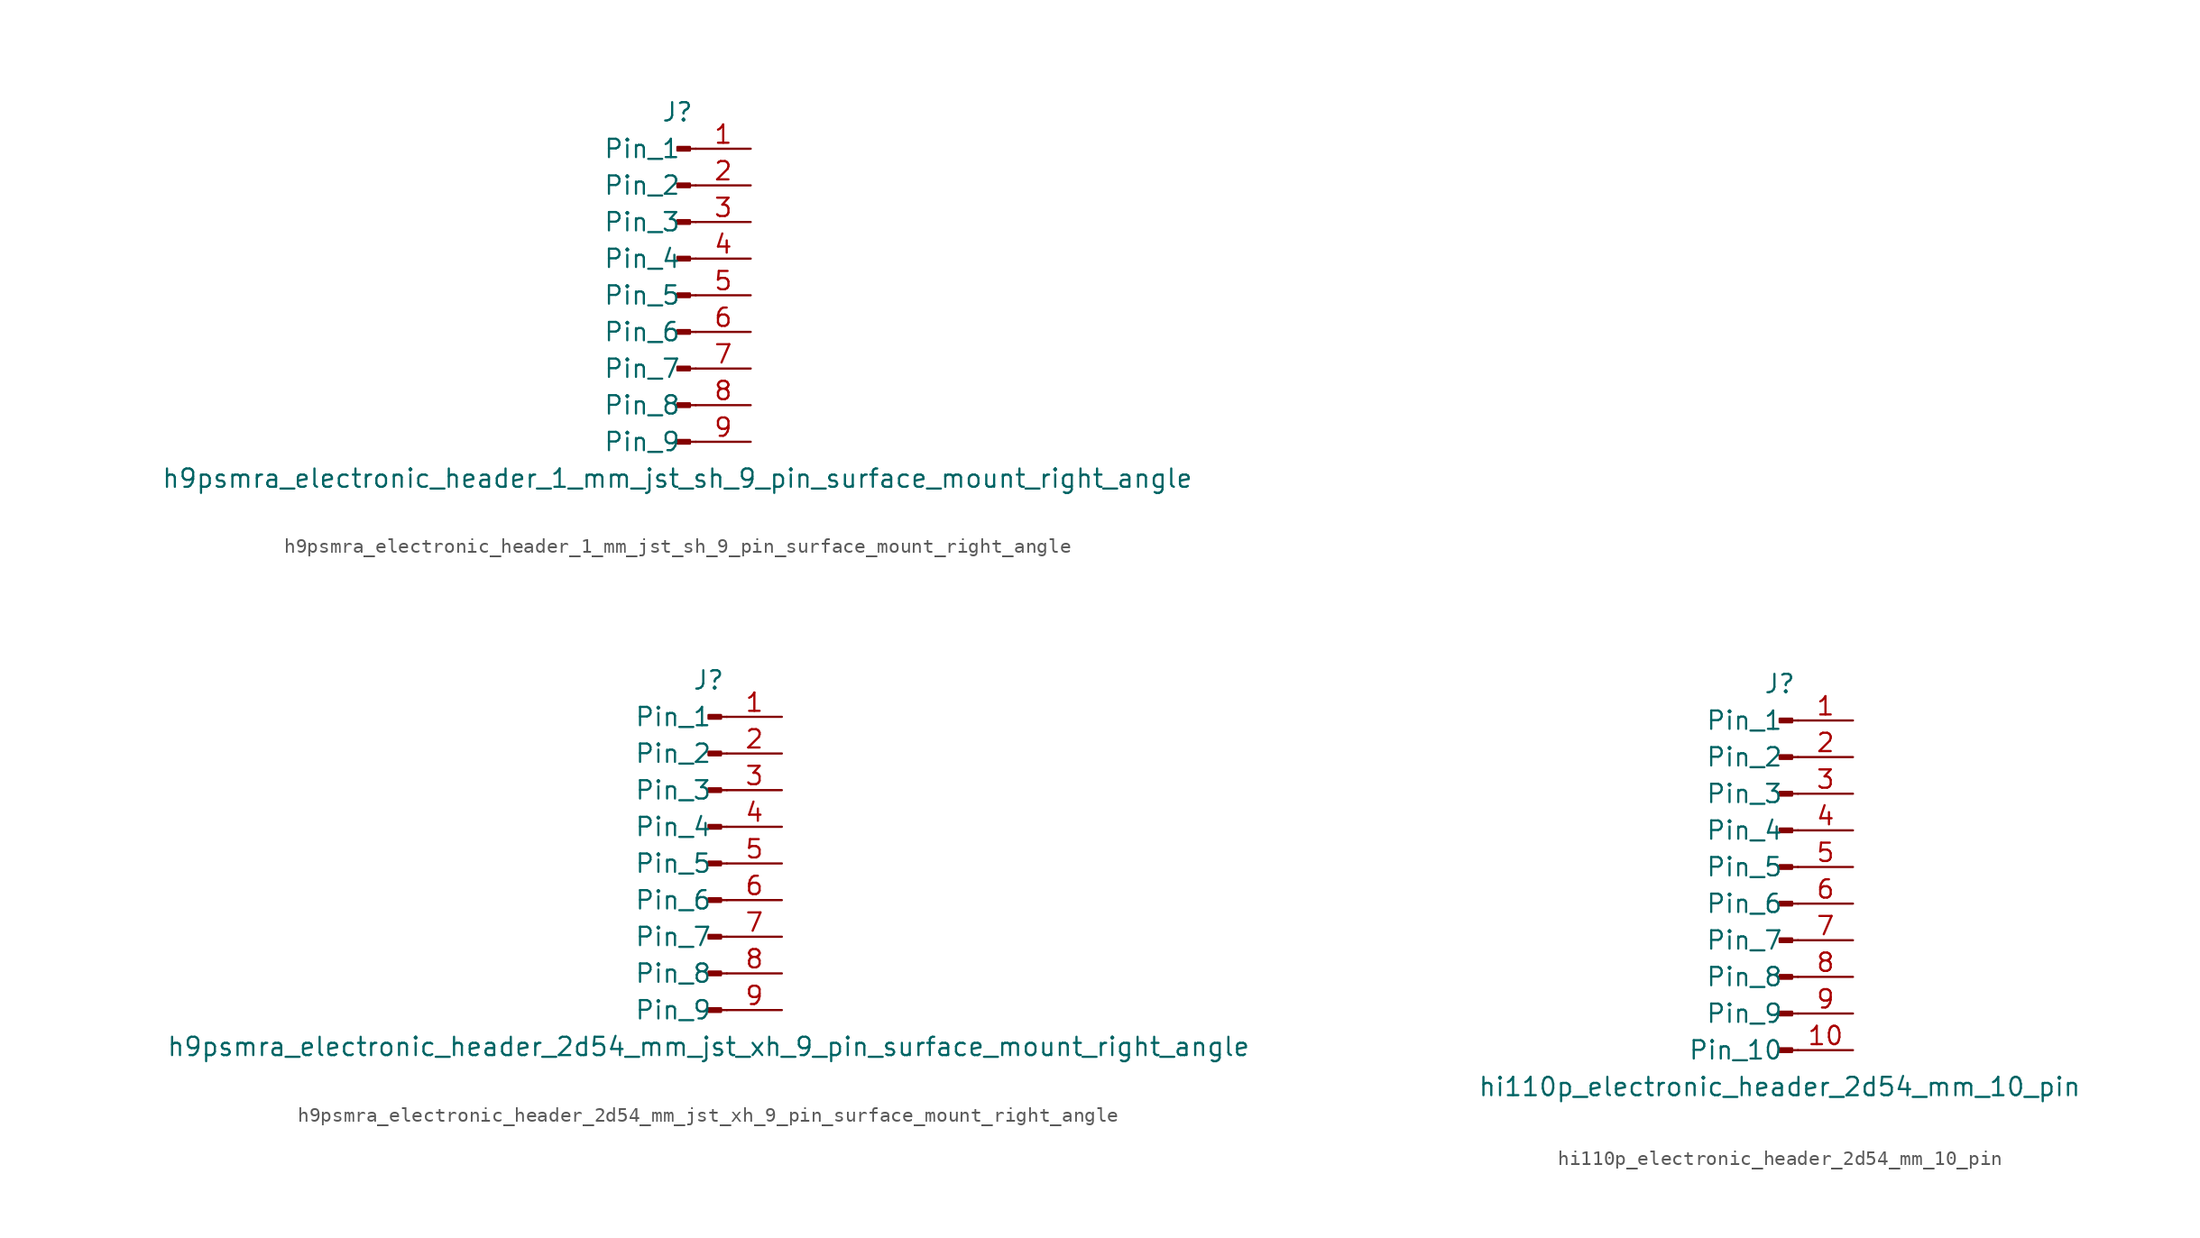
<source format=kicad_sym>
(kicad_symbol_lib
  (version 20220914)
  (generator kicad_symbol_editor)
  (symbol "h9psmra_electronic_header_1_mm_jst_sh_9_pin_surface_mount_right_angle"
    (pin_names
      (offset 1.016))
    (property "Reference" "J"
      (at 0 12.7 0)
      (effects (font (size 1.27 1.27))))
    (property "Value" "h9psmra_electronic_header_1_mm_jst_sh_9_pin_surface_mount_right_angle"
      (at 0 -12.7 0)
      (effects (font (size 1.27 1.27))))
    (property "ki_locked" ""
      (at 0 0 0)
      (effects (font (size 1.27 1.27))))
    (symbol "h9psmra_electronic_header_1_mm_jst_sh_9_pin_surface_mount_right_angle_1_1"
      (polyline (pts (xy 1.27 -10.16) (xy 0.864 -10.16)) (stroke (width 0.152) (type default)) (fill (type none)))
      (polyline (pts (xy 1.27 -7.62) (xy 0.864 -7.62)) (stroke (width 0.152) (type default)) (fill (type none)))
      (polyline (pts (xy 1.27 -5.08) (xy 0.864 -5.08)) (stroke (width 0.152) (type default)) (fill (type none)))
      (polyline (pts (xy 1.27 -2.54) (xy 0.864 -2.54)) (stroke (width 0.152) (type default)) (fill (type none)))
      (polyline (pts (xy 1.27 0) (xy 0.864 0)) (stroke (width 0.152) (type default)) (fill (type none)))
      (polyline (pts (xy 1.27 2.54) (xy 0.864 2.54)) (stroke (width 0.152) (type default)) (fill (type none)))
      (polyline (pts (xy 1.27 5.08) (xy 0.864 5.08)) (stroke (width 0.152) (type default)) (fill (type none)))
      (polyline (pts (xy 1.27 7.62) (xy 0.864 7.62)) (stroke (width 0.152) (type default)) (fill (type none)))
      (polyline (pts (xy 1.27 10.16) (xy 0.864 10.16)) (stroke (width 0.152) (type default)) (fill (type none)))
      (rectangle (start 0.864 -10.033) (end 0 -10.287) (stroke (width 0.152) (type default)) (fill (type outline)))
      (rectangle (start 0.864 -7.493) (end 0 -7.747) (stroke (width 0.152) (type default)) (fill (type outline)))
      (rectangle (start 0.864 -4.953) (end 0 -5.207) (stroke (width 0.152) (type default)) (fill (type outline)))
      (rectangle (start 0.864 -2.413) (end 0 -2.667) (stroke (width 0.152) (type default)) (fill (type outline)))
      (rectangle (start 0.864 0.127) (end 0 -0.127) (stroke (width 0.152) (type default)) (fill (type outline)))
      (rectangle (start 0.864 2.667) (end 0 2.413) (stroke (width 0.152) (type default)) (fill (type outline)))
      (rectangle (start 0.864 5.207) (end 0 4.953) (stroke (width 0.152) (type default)) (fill (type outline)))
      (rectangle (start 0.864 7.747) (end 0 7.493) (stroke (width 0.152) (type default)) (fill (type outline)))
      (rectangle (start 0.864 10.287) (end 0 10.033) (stroke (width 0.152) (type default)) (fill (type outline)))
      (pin passive line (at 5.08 10.16 180) (length 3.81) (name "Pin_1" (effects (font (size 1.27 1.27)))) (number "1" (effects (font (size 1.27 1.27)))))
      (pin passive line (at 5.08 7.62 180) (length 3.81) (name "Pin_2" (effects (font (size 1.27 1.27)))) (number "2" (effects (font (size 1.27 1.27)))))
      (pin passive line (at 5.08 5.08 180) (length 3.81) (name "Pin_3" (effects (font (size 1.27 1.27)))) (number "3" (effects (font (size 1.27 1.27)))))
      (pin passive line (at 5.08 2.54 180) (length 3.81) (name "Pin_4" (effects (font (size 1.27 1.27)))) (number "4" (effects (font (size 1.27 1.27)))))
      (pin passive line (at 5.08 0 180) (length 3.81) (name "Pin_5" (effects (font (size 1.27 1.27)))) (number "5" (effects (font (size 1.27 1.27)))))
      (pin passive line (at 5.08 -2.54 180) (length 3.81) (name "Pin_6" (effects (font (size 1.27 1.27)))) (number "6" (effects (font (size 1.27 1.27)))))
      (pin passive line (at 5.08 -5.08 180) (length 3.81) (name "Pin_7" (effects (font (size 1.27 1.27)))) (number "7" (effects (font (size 1.27 1.27)))))
      (pin passive line (at 5.08 -7.62 180) (length 3.81) (name "Pin_8" (effects (font (size 1.27 1.27)))) (number "8" (effects (font (size 1.27 1.27)))))
      (pin passive line (at 5.08 -10.16 180) (length 3.81) (name "Pin_9" (effects (font (size 1.27 1.27)))) (number "9" (effects (font (size 1.27 1.27)))))))
  (symbol "h9psmra_electronic_header_2d54_mm_jst_xh_9_pin_surface_mount_right_angle"
    (pin_names
      (offset 1.016))
    (property "Reference" "J"
      (at 0 12.7 0)
      (effects (font (size 1.27 1.27))))
    (property "Value" "h9psmra_electronic_header_2d54_mm_jst_xh_9_pin_surface_mount_right_angle"
      (at 0 -12.7 0)
      (effects (font (size 1.27 1.27))))
    (property "ki_locked" ""
      (at 0 0 0)
      (effects (font (size 1.27 1.27))))
    (symbol "h9psmra_electronic_header_2d54_mm_jst_xh_9_pin_surface_mount_right_angle_1_1"
      (polyline (pts (xy 1.27 -10.16) (xy 0.864 -10.16)) (stroke (width 0.152) (type default)) (fill (type none)))
      (polyline (pts (xy 1.27 -7.62) (xy 0.864 -7.62)) (stroke (width 0.152) (type default)) (fill (type none)))
      (polyline (pts (xy 1.27 -5.08) (xy 0.864 -5.08)) (stroke (width 0.152) (type default)) (fill (type none)))
      (polyline (pts (xy 1.27 -2.54) (xy 0.864 -2.54)) (stroke (width 0.152) (type default)) (fill (type none)))
      (polyline (pts (xy 1.27 0) (xy 0.864 0)) (stroke (width 0.152) (type default)) (fill (type none)))
      (polyline (pts (xy 1.27 2.54) (xy 0.864 2.54)) (stroke (width 0.152) (type default)) (fill (type none)))
      (polyline (pts (xy 1.27 5.08) (xy 0.864 5.08)) (stroke (width 0.152) (type default)) (fill (type none)))
      (polyline (pts (xy 1.27 7.62) (xy 0.864 7.62)) (stroke (width 0.152) (type default)) (fill (type none)))
      (polyline (pts (xy 1.27 10.16) (xy 0.864 10.16)) (stroke (width 0.152) (type default)) (fill (type none)))
      (rectangle (start 0.864 -10.033) (end 0 -10.287) (stroke (width 0.152) (type default)) (fill (type outline)))
      (rectangle (start 0.864 -7.493) (end 0 -7.747) (stroke (width 0.152) (type default)) (fill (type outline)))
      (rectangle (start 0.864 -4.953) (end 0 -5.207) (stroke (width 0.152) (type default)) (fill (type outline)))
      (rectangle (start 0.864 -2.413) (end 0 -2.667) (stroke (width 0.152) (type default)) (fill (type outline)))
      (rectangle (start 0.864 0.127) (end 0 -0.127) (stroke (width 0.152) (type default)) (fill (type outline)))
      (rectangle (start 0.864 2.667) (end 0 2.413) (stroke (width 0.152) (type default)) (fill (type outline)))
      (rectangle (start 0.864 5.207) (end 0 4.953) (stroke (width 0.152) (type default)) (fill (type outline)))
      (rectangle (start 0.864 7.747) (end 0 7.493) (stroke (width 0.152) (type default)) (fill (type outline)))
      (rectangle (start 0.864 10.287) (end 0 10.033) (stroke (width 0.152) (type default)) (fill (type outline)))
      (pin passive line (at 5.08 10.16 180) (length 3.81) (name "Pin_1" (effects (font (size 1.27 1.27)))) (number "1" (effects (font (size 1.27 1.27)))))
      (pin passive line (at 5.08 7.62 180) (length 3.81) (name "Pin_2" (effects (font (size 1.27 1.27)))) (number "2" (effects (font (size 1.27 1.27)))))
      (pin passive line (at 5.08 5.08 180) (length 3.81) (name "Pin_3" (effects (font (size 1.27 1.27)))) (number "3" (effects (font (size 1.27 1.27)))))
      (pin passive line (at 5.08 2.54 180) (length 3.81) (name "Pin_4" (effects (font (size 1.27 1.27)))) (number "4" (effects (font (size 1.27 1.27)))))
      (pin passive line (at 5.08 0 180) (length 3.81) (name "Pin_5" (effects (font (size 1.27 1.27)))) (number "5" (effects (font (size 1.27 1.27)))))
      (pin passive line (at 5.08 -2.54 180) (length 3.81) (name "Pin_6" (effects (font (size 1.27 1.27)))) (number "6" (effects (font (size 1.27 1.27)))))
      (pin passive line (at 5.08 -5.08 180) (length 3.81) (name "Pin_7" (effects (font (size 1.27 1.27)))) (number "7" (effects (font (size 1.27 1.27)))))
      (pin passive line (at 5.08 -7.62 180) (length 3.81) (name "Pin_8" (effects (font (size 1.27 1.27)))) (number "8" (effects (font (size 1.27 1.27)))))
      (pin passive line (at 5.08 -10.16 180) (length 3.81) (name "Pin_9" (effects (font (size 1.27 1.27)))) (number "9" (effects (font (size 1.27 1.27)))))))
  (symbol "hi110p_electronic_header_2d54_mm_10_pin"
    (pin_names
      (offset 1.016))
    (property "Reference" "J"
      (at 0 12.7 0)
      (effects (font (size 1.27 1.27))))
    (property "Value" "hi110p_electronic_header_2d54_mm_10_pin"
      (at 0 -15.24 0)
      (effects (font (size 1.27 1.27))))
    (property "ki_locked" ""
      (at 0 0 0)
      (effects (font (size 1.27 1.27))))
    (symbol "hi110p_electronic_header_2d54_mm_10_pin_1_1"
      (polyline (pts (xy 1.27 -12.7) (xy 0.864 -12.7)) (stroke (width 0.152) (type default)) (fill (type none)))
      (polyline (pts (xy 1.27 -10.16) (xy 0.864 -10.16)) (stroke (width 0.152) (type default)) (fill (type none)))
      (polyline (pts (xy 1.27 -7.62) (xy 0.864 -7.62)) (stroke (width 0.152) (type default)) (fill (type none)))
      (polyline (pts (xy 1.27 -5.08) (xy 0.864 -5.08)) (stroke (width 0.152) (type default)) (fill (type none)))
      (polyline (pts (xy 1.27 -2.54) (xy 0.864 -2.54)) (stroke (width 0.152) (type default)) (fill (type none)))
      (polyline (pts (xy 1.27 0) (xy 0.864 0)) (stroke (width 0.152) (type default)) (fill (type none)))
      (polyline (pts (xy 1.27 2.54) (xy 0.864 2.54)) (stroke (width 0.152) (type default)) (fill (type none)))
      (polyline (pts (xy 1.27 5.08) (xy 0.864 5.08)) (stroke (width 0.152) (type default)) (fill (type none)))
      (polyline (pts (xy 1.27 7.62) (xy 0.864 7.62)) (stroke (width 0.152) (type default)) (fill (type none)))
      (polyline (pts (xy 1.27 10.16) (xy 0.864 10.16)) (stroke (width 0.152) (type default)) (fill (type none)))
      (rectangle (start 0.864 -12.573) (end 0 -12.827) (stroke (width 0.152) (type default)) (fill (type outline)))
      (rectangle (start 0.864 -10.033) (end 0 -10.287) (stroke (width 0.152) (type default)) (fill (type outline)))
      (rectangle (start 0.864 -7.493) (end 0 -7.747) (stroke (width 0.152) (type default)) (fill (type outline)))
      (rectangle (start 0.864 -4.953) (end 0 -5.207) (stroke (width 0.152) (type default)) (fill (type outline)))
      (rectangle (start 0.864 -2.413) (end 0 -2.667) (stroke (width 0.152) (type default)) (fill (type outline)))
      (rectangle (start 0.864 0.127) (end 0 -0.127) (stroke (width 0.152) (type default)) (fill (type outline)))
      (rectangle (start 0.864 2.667) (end 0 2.413) (stroke (width 0.152) (type default)) (fill (type outline)))
      (rectangle (start 0.864 5.207) (end 0 4.953) (stroke (width 0.152) (type default)) (fill (type outline)))
      (rectangle (start 0.864 7.747) (end 0 7.493) (stroke (width 0.152) (type default)) (fill (type outline)))
      (rectangle (start 0.864 10.287) (end 0 10.033) (stroke (width 0.152) (type default)) (fill (type outline)))
      (pin passive line (at 5.08 10.16 180) (length 3.81) (name "Pin_1" (effects (font (size 1.27 1.27)))) (number "1" (effects (font (size 1.27 1.27)))))
      (pin passive line (at 5.08 -12.7 180) (length 3.81) (name "Pin_10" (effects (font (size 1.27 1.27)))) (number "10" (effects (font (size 1.27 1.27)))))
      (pin passive line (at 5.08 7.62 180) (length 3.81) (name "Pin_2" (effects (font (size 1.27 1.27)))) (number "2" (effects (font (size 1.27 1.27)))))
      (pin passive line (at 5.08 5.08 180) (length 3.81) (name "Pin_3" (effects (font (size 1.27 1.27)))) (number "3" (effects (font (size 1.27 1.27)))))
      (pin passive line (at 5.08 2.54 180) (length 3.81) (name "Pin_4" (effects (font (size 1.27 1.27)))) (number "4" (effects (font (size 1.27 1.27)))))
      (pin passive line (at 5.08 0 180) (length 3.81) (name "Pin_5" (effects (font (size 1.27 1.27)))) (number "5" (effects (font (size 1.27 1.27)))))
      (pin passive line (at 5.08 -2.54 180) (length 3.81) (name "Pin_6" (effects (font (size 1.27 1.27)))) (number "6" (effects (font (size 1.27 1.27)))))
      (pin passive line (at 5.08 -5.08 180) (length 3.81) (name "Pin_7" (effects (font (size 1.27 1.27)))) (number "7" (effects (font (size 1.27 1.27)))))
      (pin passive line (at 5.08 -7.62 180) (length 3.81) (name "Pin_8" (effects (font (size 1.27 1.27)))) (number "8" (effects (font (size 1.27 1.27)))))
      (pin passive line (at 5.08 -10.16 180) (length 3.81) (name "Pin_9" (effects (font (size 1.27 1.27)))) (number "9" (effects (font (size 1.27 1.27))))))))
</source>
